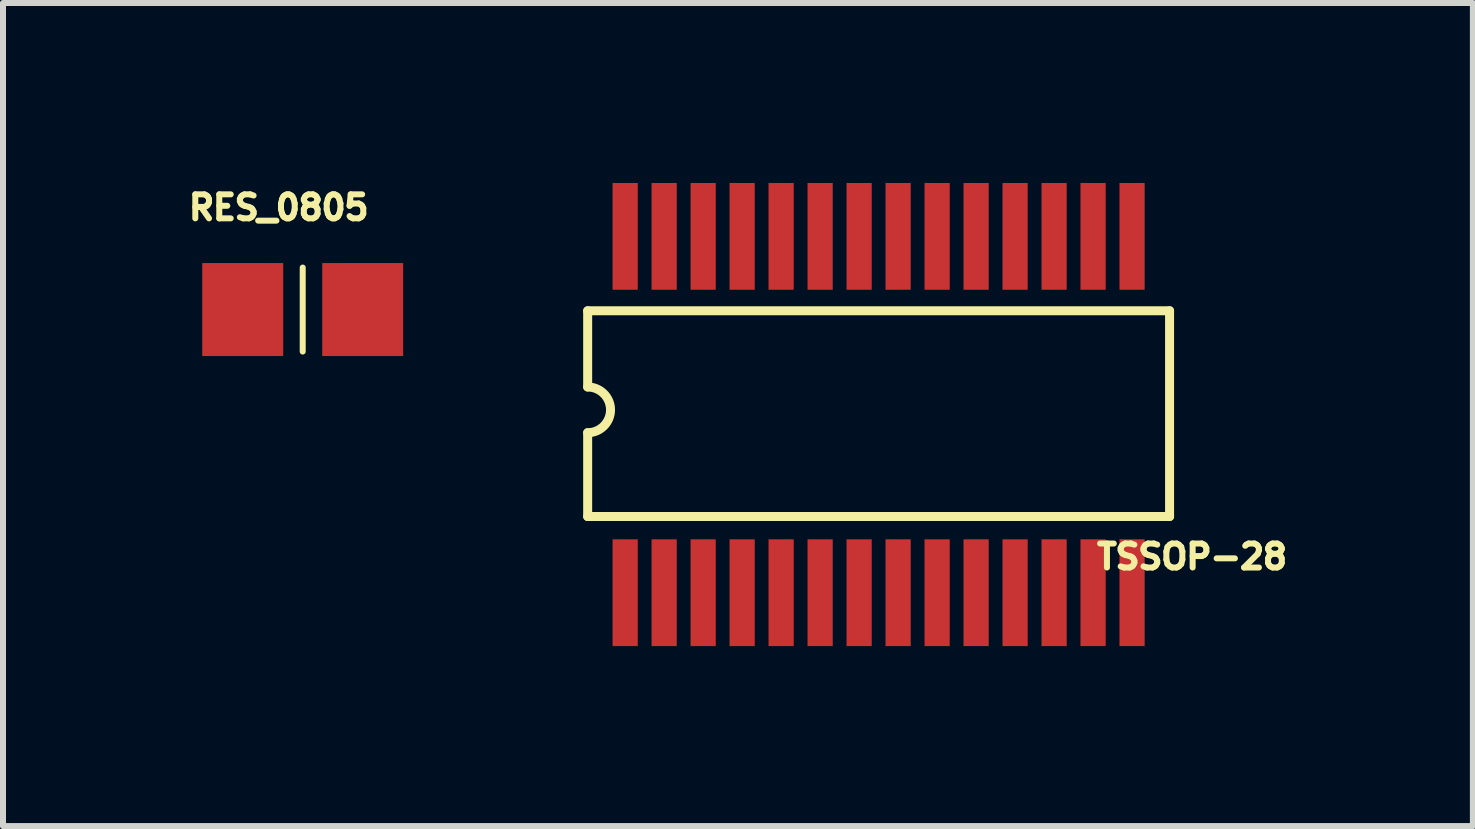
<source format=kicad_pcb>
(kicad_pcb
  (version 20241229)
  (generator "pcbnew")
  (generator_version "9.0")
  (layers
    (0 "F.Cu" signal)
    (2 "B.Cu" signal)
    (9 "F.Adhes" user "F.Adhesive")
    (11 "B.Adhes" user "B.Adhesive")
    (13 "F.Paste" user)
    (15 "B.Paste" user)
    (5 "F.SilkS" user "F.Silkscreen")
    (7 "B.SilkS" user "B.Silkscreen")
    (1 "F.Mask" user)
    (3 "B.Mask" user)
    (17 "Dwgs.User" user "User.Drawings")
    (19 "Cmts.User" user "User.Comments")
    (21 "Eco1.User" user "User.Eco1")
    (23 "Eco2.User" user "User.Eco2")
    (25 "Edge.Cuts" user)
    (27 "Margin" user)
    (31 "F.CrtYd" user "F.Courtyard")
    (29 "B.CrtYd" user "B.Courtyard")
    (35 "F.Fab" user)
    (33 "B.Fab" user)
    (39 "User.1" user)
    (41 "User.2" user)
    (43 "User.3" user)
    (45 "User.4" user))
  (footprint "TSSOP-28"
    (layer "F.Cu")
    (at 11.596 3.86)
    (property "Reference" "TSSOP-28" (at 5.225 2.37 180) (layer "F.SilkS") (effects (font (size 0.4 0.4) (thickness 0.1))))
    (attr through_hole)
    (fp_line (start -4.85 -0.459) (end -4.85 -1.729) (stroke (width 0.15) (type solid)) (layer "F.SilkS"))
    (fp_line (start -4.85 0.303) (end -4.85 1.7) (stroke (width 0.15) (type solid)) (layer "F.SilkS"))
    (fp_line (start -4.85 1.7) (end 4.85 1.7) (stroke (width 0.15) (type solid)) (layer "F.SilkS"))
    (fp_line (start 4.85 -1.73) (end -4.85 -1.73) (stroke (width 0.15) (type solid)) (layer "F.SilkS"))
    (fp_line (start 4.85 1.7) (end 4.85 -1.73) (stroke (width 0.15) (type solid)) (layer "F.SilkS"))
    (fp_arc (start -4.85 -0.459) (mid -4.469 -0.078) (end -4.85 0.303) (stroke (width 0.15) (type solid)) (layer "F.SilkS"))
    (pad "1" smd rect (at -4.225 2.97) (size 0.42 1.78) (layers "F.Cu" "F.Mask" "F.Paste"))
    (pad "2" smd rect (at -3.575 2.97) (size 0.42 1.78) (layers "F.Cu" "F.Mask" "F.Paste"))
    (pad "3" smd rect (at -2.925 2.97) (size 0.42 1.78) (layers "F.Cu" "F.Mask" "F.Paste"))
    (pad "4" smd rect (at -2.275 2.97) (size 0.42 1.78) (layers "F.Cu" "F.Mask" "F.Paste"))
    (pad "5" smd rect (at -1.625 2.97) (size 0.42 1.78) (layers "F.Cu" "F.Mask" "F.Paste"))
    (pad "6" smd rect (at -0.975 2.97) (size 0.42 1.78) (layers "F.Cu" "F.Mask" "F.Paste"))
    (pad "7" smd rect (at -0.325 2.97) (size 0.42 1.78) (layers "F.Cu" "F.Mask" "F.Paste"))
    (pad "8" smd rect (at 0.325 2.97) (size 0.42 1.78) (layers "F.Cu" "F.Mask" "F.Paste"))
    (pad "9" smd rect (at 0.975 2.97) (size 0.42 1.78) (layers "F.Cu" "F.Mask" "F.Paste"))
    (pad "10" smd rect (at 1.625 2.97) (size 0.42 1.78) (layers "F.Cu" "F.Mask" "F.Paste"))
    (pad "11" smd rect (at 2.275 2.97) (size 0.42 1.78) (layers "F.Cu" "F.Mask" "F.Paste"))
    (pad "12" smd rect (at 2.925 2.97) (size 0.42 1.78) (layers "F.Cu" "F.Mask" "F.Paste"))
    (pad "13" smd rect (at 3.575 2.97) (size 0.42 1.78) (layers "F.Cu" "F.Mask" "F.Paste"))
    (pad "14" smd rect (at 4.225 2.97) (size 0.42 1.78) (layers "F.Cu" "F.Mask" "F.Paste"))
    (pad "15" smd rect (at 4.225 -2.97) (size 0.42 1.78) (layers "F.Cu" "F.Mask" "F.Paste"))
    (pad "16" smd rect (at 3.575 -2.97) (size 0.42 1.78) (layers "F.Cu" "F.Mask" "F.Paste"))
    (pad "17" smd rect (at 2.925 -2.97) (size 0.42 1.78) (layers "F.Cu" "F.Mask" "F.Paste"))
    (pad "18" smd rect (at 2.275 -2.97) (size 0.42 1.78) (layers "F.Cu" "F.Mask" "F.Paste"))
    (pad "19" smd rect (at 1.625 -2.97) (size 0.42 1.78) (layers "F.Cu" "F.Mask" "F.Paste"))
    (pad "20" smd rect (at 0.975 -2.97) (size 0.42 1.78) (layers "F.Cu" "F.Mask" "F.Paste"))
    (pad "21" smd rect (at 0.325 -2.97) (size 0.42 1.78) (layers "F.Cu" "F.Mask" "F.Paste"))
    (pad "22" smd rect (at -0.325 -2.97) (size 0.42 1.78) (layers "F.Cu" "F.Mask" "F.Paste"))
    (pad "23" smd rect (at -0.975 -2.97) (size 0.42 1.78) (layers "F.Cu" "F.Mask" "F.Paste"))
    (pad "24" smd rect (at -1.625 -2.97) (size 0.42 1.78) (layers "F.Cu" "F.Mask" "F.Paste"))
    (pad "25" smd rect (at -2.275 -2.97) (size 0.42 1.78) (layers "F.Cu" "F.Mask" "F.Paste"))
    (pad "26" smd rect (at -2.925 -2.97) (size 0.42 1.78) (layers "F.Cu" "F.Mask" "F.Paste"))
    (pad "27" smd rect (at -3.575 -2.97) (size 0.42 1.78) (layers "F.Cu" "F.Mask" "F.Paste"))
    (pad "28" smd rect (at -4.225 -2.97) (size 0.42 1.78) (layers "F.Cu" "F.Mask" "F.Paste")))
  (footprint "RES_0805"
    (layer "F.Cu")
    (at 1.996 2.11)
    (property "Reference" "RES_0805" (at -0.4 -1.7 0) (layer "F.SilkS") (effects (font (size 0.4 0.4) (thickness 0.1))))
    (attr through_hole)
    (fp_line (start 0 -0.7) (end 0 0.7) (stroke (width 0.1) (type solid)) (layer "F.SilkS"))
    (pad "1" smd rect (at -1 0) (size 1.35 1.55) (layers "F.Cu" "F.Mask" "F.Paste"))
    (pad "2" smd rect (at 1 0) (size 1.35 1.55) (layers "F.Cu" "F.Mask" "F.Paste")))
  (gr_rect
    (start -3 -3)
    (end 21.502 10.72)
    (stroke (width 0.1) (type default))
    (fill no)
    (layer "Edge.Cuts")))
</source>
